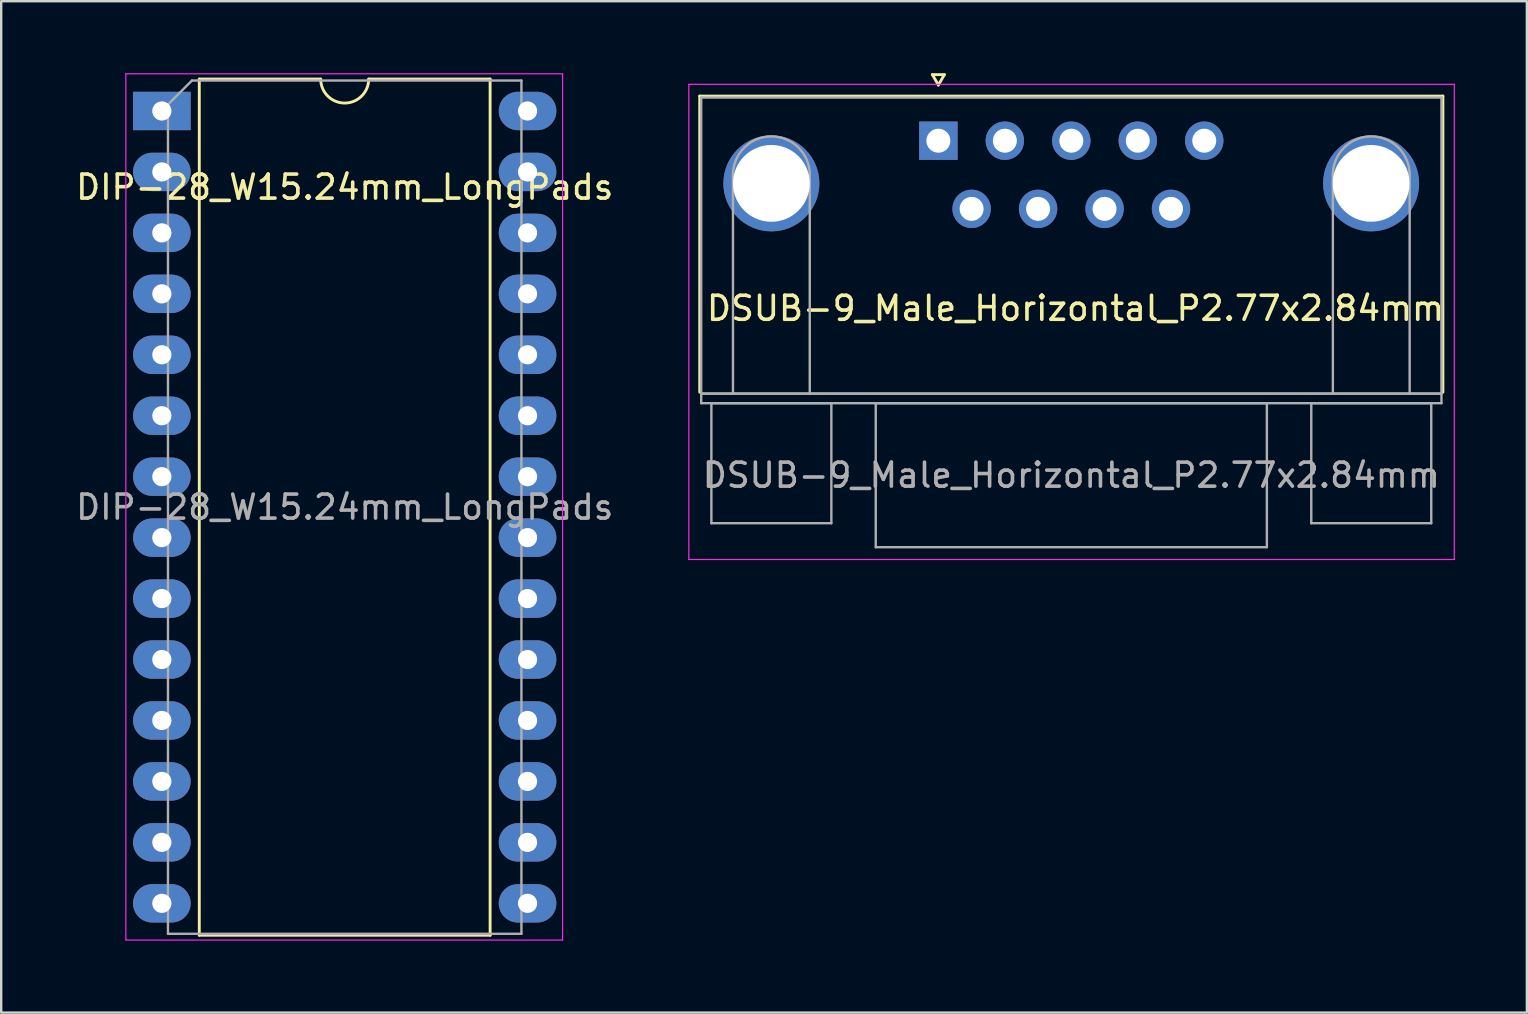
<source format=kicad_pcb>
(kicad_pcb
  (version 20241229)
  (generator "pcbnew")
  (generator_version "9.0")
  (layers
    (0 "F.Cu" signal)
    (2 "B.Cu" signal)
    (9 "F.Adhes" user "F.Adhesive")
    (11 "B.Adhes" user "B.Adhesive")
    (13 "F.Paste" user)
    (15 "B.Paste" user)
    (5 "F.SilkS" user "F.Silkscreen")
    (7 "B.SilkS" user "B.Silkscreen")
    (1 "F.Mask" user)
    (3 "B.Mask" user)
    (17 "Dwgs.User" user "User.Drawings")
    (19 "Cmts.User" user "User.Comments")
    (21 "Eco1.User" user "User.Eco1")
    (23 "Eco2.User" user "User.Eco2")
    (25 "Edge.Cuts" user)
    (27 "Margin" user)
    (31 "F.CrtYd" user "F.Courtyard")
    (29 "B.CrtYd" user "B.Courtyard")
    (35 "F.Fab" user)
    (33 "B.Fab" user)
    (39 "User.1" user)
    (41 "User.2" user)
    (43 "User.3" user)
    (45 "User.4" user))
  (footprint "DSUB-9_Male_Horizontal_P2.77x2.84mm"
    (layer "F.Cu")
    (at 36.056 2.814)
    (property "Reference" "DSUB-9_Male_Horizontal_P2.77x2.84mm" (at 5.715 6.985 0) (layer "F.SilkS") (effects (font (size 1 1) (thickness 0.15))))
    (attr through_hole)
    (fp_line (start -9.945 -1.86) (end 21.025 -1.86) (stroke (width 0.12) (type solid)) (layer "F.SilkS"))
    (fp_line (start -9.945 10.48) (end -9.945 -1.86) (stroke (width 0.12) (type solid)) (layer "F.SilkS"))
    (fp_line (start -0.25 -2.754) (end 0.25 -2.754) (stroke (width 0.12) (type solid)) (layer "F.SilkS"))
    (fp_line (start 0 -2.321) (end -0.25 -2.754) (stroke (width 0.12) (type solid)) (layer "F.SilkS"))
    (fp_line (start 0.25 -2.754) (end 0 -2.321) (stroke (width 0.12) (type solid)) (layer "F.SilkS"))
    (fp_line (start 21.025 -1.86) (end 21.025 10.48) (stroke (width 0.12) (type solid)) (layer "F.SilkS"))
    (fp_line (start -10.4 -2.35) (end -10.4 17.45) (stroke (width 0.05) (type solid)) (layer "F.CrtYd"))
    (fp_line (start -10.4 17.45) (end 21.5 17.45) (stroke (width 0.05) (type solid)) (layer "F.CrtYd"))
    (fp_line (start 21.5 -2.35) (end -10.4 -2.35) (stroke (width 0.05) (type solid)) (layer "F.CrtYd"))
    (fp_line (start 21.5 17.45) (end 21.5 -2.35) (stroke (width 0.05) (type solid)) (layer "F.CrtYd"))
    (fp_line (start -9.885 -1.8) (end -9.885 10.54) (stroke (width 0.1) (type solid)) (layer "F.Fab"))
    (fp_line (start -9.885 10.54) (end -9.885 10.94) (stroke (width 0.1) (type solid)) (layer "F.Fab"))
    (fp_line (start -9.885 10.54) (end 20.965 10.54) (stroke (width 0.1) (type solid)) (layer "F.Fab"))
    (fp_line (start -9.885 10.94) (end 20.965 10.94) (stroke (width 0.1) (type solid)) (layer "F.Fab"))
    (fp_line (start -9.46 10.94) (end -9.46 15.94) (stroke (width 0.1) (type solid)) (layer "F.Fab"))
    (fp_line (start -9.46 15.94) (end -4.46 15.94) (stroke (width 0.1) (type solid)) (layer "F.Fab"))
    (fp_line (start -8.56 10.54) (end -8.56 1.42) (stroke (width 0.1) (type solid)) (layer "F.Fab"))
    (fp_line (start -5.36 10.54) (end -5.36 1.42) (stroke (width 0.1) (type solid)) (layer "F.Fab"))
    (fp_line (start -4.46 10.94) (end -9.46 10.94) (stroke (width 0.1) (type solid)) (layer "F.Fab"))
    (fp_line (start -4.46 15.94) (end -4.46 10.94) (stroke (width 0.1) (type solid)) (layer "F.Fab"))
    (fp_line (start -2.61 10.94) (end -2.61 16.94) (stroke (width 0.1) (type solid)) (layer "F.Fab"))
    (fp_line (start -2.61 16.94) (end 13.69 16.94) (stroke (width 0.1) (type solid)) (layer "F.Fab"))
    (fp_line (start 13.69 10.94) (end -2.61 10.94) (stroke (width 0.1) (type solid)) (layer "F.Fab"))
    (fp_line (start 13.69 16.94) (end 13.69 10.94) (stroke (width 0.1) (type solid)) (layer "F.Fab"))
    (fp_line (start 15.54 10.94) (end 15.54 15.94) (stroke (width 0.1) (type solid)) (layer "F.Fab"))
    (fp_line (start 15.54 15.94) (end 20.54 15.94) (stroke (width 0.1) (type solid)) (layer "F.Fab"))
    (fp_line (start 16.44 10.54) (end 16.44 1.42) (stroke (width 0.1) (type solid)) (layer "F.Fab"))
    (fp_line (start 19.64 10.54) (end 19.64 1.42) (stroke (width 0.1) (type solid)) (layer "F.Fab"))
    (fp_line (start 20.54 10.94) (end 15.54 10.94) (stroke (width 0.1) (type solid)) (layer "F.Fab"))
    (fp_line (start 20.54 15.94) (end 20.54 10.94) (stroke (width 0.1) (type solid)) (layer "F.Fab"))
    (fp_line (start 20.965 -1.8) (end -9.885 -1.8) (stroke (width 0.1) (type solid)) (layer "F.Fab"))
    (fp_line (start 20.965 10.54) (end -9.885 10.54) (stroke (width 0.1) (type solid)) (layer "F.Fab"))
    (fp_line (start 20.965 10.54) (end 20.965 -1.8) (stroke (width 0.1) (type solid)) (layer "F.Fab"))
    (fp_line (start 20.965 10.94) (end 20.965 10.54) (stroke (width 0.1) (type solid)) (layer "F.Fab"))
    (fp_arc (start -8.56 1.42) (mid -6.96 -0.18) (end -5.36 1.42) (stroke (width 0.1) (type solid)) (layer "F.Fab"))
    (fp_arc (start 16.44 1.42) (mid 18.04 -0.18) (end 19.64 1.42) (stroke (width 0.1) (type solid)) (layer "F.Fab"))
    (fp_text user "${REFERENCE}" (at 5.54 13.94 0) (layer "F.Fab") (effects (font (size 1 1) (thickness 0.15))))
    (pad "0" thru_hole circle (at -6.96 1.778) (size 4 4) (drill 3.2) (layers "*.Cu" "*.Mask"))
    (pad "0" thru_hole circle (at 18.034 1.778) (size 4 4) (drill 3.2) (layers "*.Cu" "*.Mask"))
    (pad "1" thru_hole rect (at 0 0) (size 1.6 1.6) (drill 1) (layers "*.Cu" "*.Mask"))
    (pad "2" thru_hole circle (at 2.77 0) (size 1.6 1.6) (drill 1) (layers "*.Cu" "*.Mask"))
    (pad "3" thru_hole circle (at 5.54 0) (size 1.6 1.6) (drill 1) (layers "*.Cu" "*.Mask"))
    (pad "4" thru_hole circle (at 8.31 0) (size 1.6 1.6) (drill 1) (layers "*.Cu" "*.Mask"))
    (pad "5" thru_hole circle (at 11.08 0) (size 1.6 1.6) (drill 1) (layers "*.Cu" "*.Mask"))
    (pad "6" thru_hole circle (at 1.385 2.84) (size 1.6 1.6) (drill 1) (layers "*.Cu" "*.Mask"))
    (pad "7" thru_hole circle (at 4.155 2.84) (size 1.6 1.6) (drill 1) (layers "*.Cu" "*.Mask"))
    (pad "8" thru_hole circle (at 6.925 2.84) (size 1.6 1.6) (drill 1) (layers "*.Cu" "*.Mask"))
    (pad "9" thru_hole circle (at 9.695 2.84) (size 1.6 1.6) (drill 1) (layers "*.Cu" "*.Mask")))
  (footprint "DIP-28_W15.24mm_LongPads"
    (layer "F.Cu")
    (at 3.695 1.575)
    (property "Reference" "DIP-28_W15.24mm_LongPads" (at 7.62 3.175 0) (layer "F.SilkS") (effects (font (size 1 1) (thickness 0.15))))
    (attr through_hole)
    (fp_line (start 1.56 -1.33) (end 1.56 34.35) (stroke (width 0.12) (type solid)) (layer "F.SilkS"))
    (fp_line (start 1.56 34.35) (end 13.68 34.35) (stroke (width 0.12) (type solid)) (layer "F.SilkS"))
    (fp_line (start 6.62 -1.33) (end 1.56 -1.33) (stroke (width 0.12) (type solid)) (layer "F.SilkS"))
    (fp_line (start 13.68 -1.33) (end 8.62 -1.33) (stroke (width 0.12) (type solid)) (layer "F.SilkS"))
    (fp_line (start 13.68 34.35) (end 13.68 -1.33) (stroke (width 0.12) (type solid)) (layer "F.SilkS"))
    (fp_arc (start 8.62 -1.33) (mid 7.62 -0.33) (end 6.62 -1.33) (stroke (width 0.12) (type solid)) (layer "F.SilkS"))
    (fp_line (start -1.5 -1.55) (end -1.5 34.55) (stroke (width 0.05) (type solid)) (layer "F.CrtYd"))
    (fp_line (start -1.5 34.55) (end 16.7 34.55) (stroke (width 0.05) (type solid)) (layer "F.CrtYd"))
    (fp_line (start 16.7 -1.55) (end -1.5 -1.55) (stroke (width 0.05) (type solid)) (layer "F.CrtYd"))
    (fp_line (start 16.7 34.55) (end 16.7 -1.55) (stroke (width 0.05) (type solid)) (layer "F.CrtYd"))
    (fp_line (start 0.255 -0.27) (end 1.255 -1.27) (stroke (width 0.1) (type solid)) (layer "F.Fab"))
    (fp_line (start 0.255 34.29) (end 0.255 -0.27) (stroke (width 0.1) (type solid)) (layer "F.Fab"))
    (fp_line (start 1.255 -1.27) (end 14.985 -1.27) (stroke (width 0.1) (type solid)) (layer "F.Fab"))
    (fp_line (start 14.985 -1.27) (end 14.985 34.29) (stroke (width 0.1) (type solid)) (layer "F.Fab"))
    (fp_line (start 14.985 34.29) (end 0.255 34.29) (stroke (width 0.1) (type solid)) (layer "F.Fab"))
    (fp_text user "${REFERENCE}" (at 7.62 16.51 0) (layer "F.Fab") (effects (font (size 1 1) (thickness 0.15))))
    (pad "1" thru_hole rect (at 0 0) (size 2.4 1.6) (drill 0.8) (layers "*.Cu" "*.Mask"))
    (pad "2" thru_hole oval (at 0 2.54) (size 2.4 1.6) (drill 0.8) (layers "*.Cu" "*.Mask"))
    (pad "3" thru_hole oval (at 0 5.08) (size 2.4 1.6) (drill 0.8) (layers "*.Cu" "*.Mask"))
    (pad "4" thru_hole oval (at 0 7.62) (size 2.4 1.6) (drill 0.8) (layers "*.Cu" "*.Mask"))
    (pad "5" thru_hole oval (at 0 10.16) (size 2.4 1.6) (drill 0.8) (layers "*.Cu" "*.Mask"))
    (pad "6" thru_hole oval (at 0 12.7) (size 2.4 1.6) (drill 0.8) (layers "*.Cu" "*.Mask"))
    (pad "7" thru_hole oval (at 0 15.24) (size 2.4 1.6) (drill 0.8) (layers "*.Cu" "*.Mask"))
    (pad "8" thru_hole oval (at 0 17.78) (size 2.4 1.6) (drill 0.8) (layers "*.Cu" "*.Mask"))
    (pad "9" thru_hole oval (at 0 20.32) (size 2.4 1.6) (drill 0.8) (layers "*.Cu" "*.Mask"))
    (pad "10" thru_hole oval (at 0 22.86) (size 2.4 1.6) (drill 0.8) (layers "*.Cu" "*.Mask"))
    (pad "11" thru_hole oval (at 0 25.4) (size 2.4 1.6) (drill 0.8) (layers "*.Cu" "*.Mask"))
    (pad "12" thru_hole oval (at 0 27.94) (size 2.4 1.6) (drill 0.8) (layers "*.Cu" "*.Mask"))
    (pad "13" thru_hole oval (at 0 30.48) (size 2.4 1.6) (drill 0.8) (layers "*.Cu" "*.Mask"))
    (pad "14" thru_hole oval (at 0 33.02) (size 2.4 1.6) (drill 0.8) (layers "*.Cu" "*.Mask"))
    (pad "15" thru_hole oval (at 15.24 33.02) (size 2.4 1.6) (drill 0.8) (layers "*.Cu" "*.Mask"))
    (pad "16" thru_hole oval (at 15.24 30.48) (size 2.4 1.6) (drill 0.8) (layers "*.Cu" "*.Mask"))
    (pad "17" thru_hole oval (at 15.24 27.94) (size 2.4 1.6) (drill 0.8) (layers "*.Cu" "*.Mask"))
    (pad "18" thru_hole oval (at 15.24 25.4) (size 2.4 1.6) (drill 0.8) (layers "*.Cu" "*.Mask"))
    (pad "19" thru_hole oval (at 15.24 22.86) (size 2.4 1.6) (drill 0.8) (layers "*.Cu" "*.Mask"))
    (pad "20" thru_hole oval (at 15.24 20.32) (size 2.4 1.6) (drill 0.8) (layers "*.Cu" "*.Mask"))
    (pad "21" thru_hole oval (at 15.24 17.78) (size 2.4 1.6) (drill 0.8) (layers "*.Cu" "*.Mask"))
    (pad "22" thru_hole oval (at 15.24 15.24) (size 2.4 1.6) (drill 0.8) (layers "*.Cu" "*.Mask"))
    (pad "23" thru_hole oval (at 15.24 12.7) (size 2.4 1.6) (drill 0.8) (layers "*.Cu" "*.Mask"))
    (pad "24" thru_hole oval (at 15.24 10.16) (size 2.4 1.6) (drill 0.8) (layers "*.Cu" "*.Mask"))
    (pad "25" thru_hole oval (at 15.24 7.62) (size 2.4 1.6) (drill 0.8) (layers "*.Cu" "*.Mask"))
    (pad "26" thru_hole oval (at 15.24 5.08) (size 2.4 1.6) (drill 0.8) (layers "*.Cu" "*.Mask"))
    (pad "27" thru_hole oval (at 15.24 2.54) (size 2.4 1.6) (drill 0.8) (layers "*.Cu" "*.Mask"))
    (pad "28" thru_hole oval (at 15.24 0) (size 2.4 1.6) (drill 0.8) (layers "*.Cu" "*.Mask")))
  (gr_rect
    (start -3 -3)
    (end 60.581 39.15)
    (stroke (width 0.1) (type default))
    (fill no)
    (layer "Edge.Cuts")))
</source>
